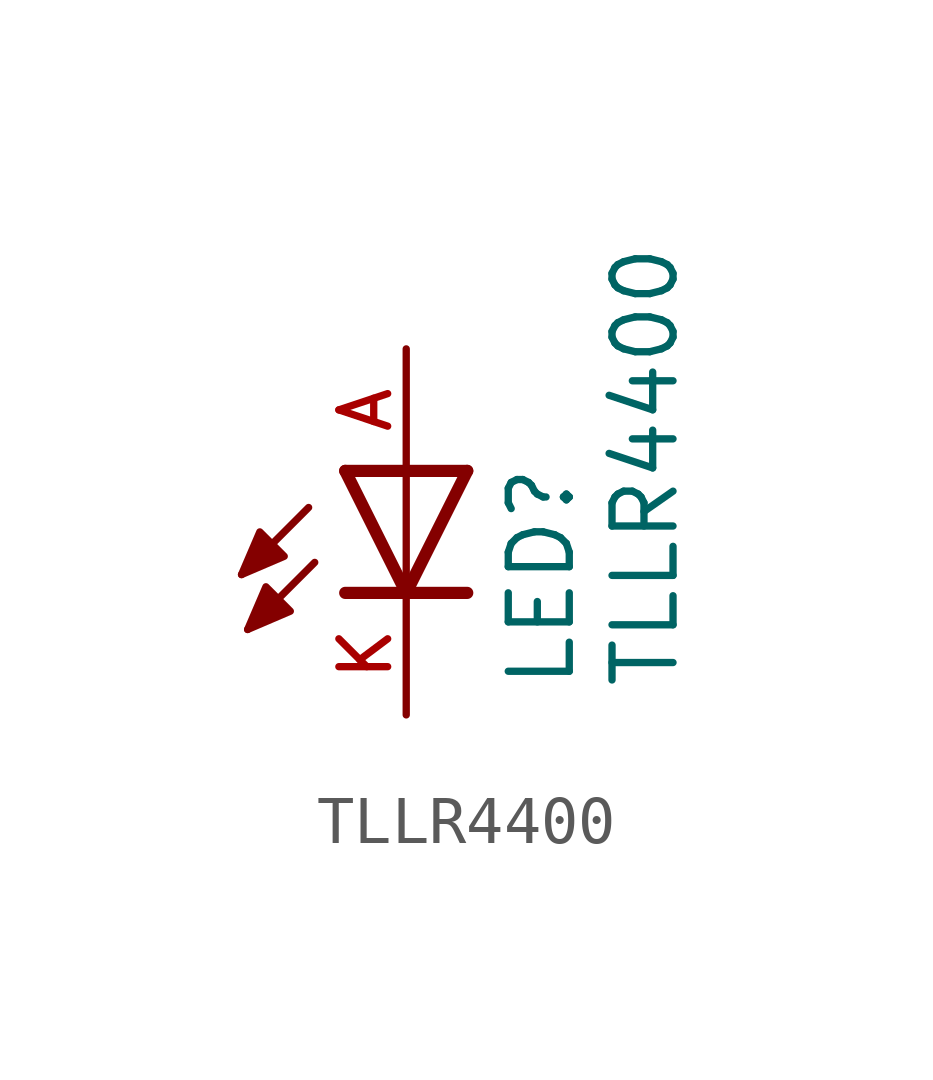
<source format=kicad_sym>
(kicad_symbol_lib
  (version 20211014)
  (generator kicad_symbol_editor)
  (symbol "TLLR4400"
    (pin_names
      (offset 1.016))
    (property "Reference" "LED"
      (at 3.558 -4.574 90.0)
      (effects (font (size 1.27 1.27)) (justify bottom left)))
    (property "Value" "TLLR4400"
      (at 5.718 -4.574 90.0)
      (effects (font (size 1.27 1.27)) (justify bottom left)))
    (symbol "TLLR4400_0_0"
      (polyline (pts (xy 1.27 0.0) (xy 0.0 -2.54)) (stroke (width 0.254)))
      (polyline (pts (xy 0.0 -2.54) (xy -1.27 0.0)) (stroke (width 0.254)))
      (polyline (pts (xy 1.27 -2.54) (xy 0.0 -2.54)) (stroke (width 0.254)))
      (polyline (pts (xy 0.0 -2.54) (xy -1.27 -2.54)) (stroke (width 0.254)))
      (polyline (pts (xy 1.27 0.0) (xy 0.0 0.0)) (stroke (width 0.254)))
      (polyline (pts (xy 0.0 0.0) (xy -1.27 0.0)) (stroke (width 0.254)))
      (polyline (pts (xy 0.0 0.0) (xy 0.0 -2.54)) (stroke (width 0.152)))
      (polyline (pts (xy -2.032 -0.762) (xy -3.429 -2.159)) (stroke (width 0.152)))
      (polyline (pts (xy -1.905 -1.905) (xy -3.302 -3.302)) (stroke (width 0.152)))
      (polyline (pts (xy -3.429 -2.159) (xy -3.048 -1.27) (xy -2.54 -1.778) (xy -3.429 -2.159)) (stroke (width 0.152)) (fill (type outline)))
      (polyline (pts (xy -3.302 -3.302) (xy -2.921 -2.413) (xy -2.413 -2.921) (xy -3.302 -3.302)) (stroke (width 0.152)) (fill (type outline)))
      (pin passive line (at 0.0 -5.08 90.0) (length 2.54) (name "~" (effects (font (size 1.016 1.016)))) (number "K" (effects (font (size 1.016 1.016)))))
      (pin passive line (at 0.0 2.54 270.0) (length 2.54) (name "~" (effects (font (size 1.016 1.016)))) (number "A" (effects (font (size 1.016 1.016))))))))
</source>
